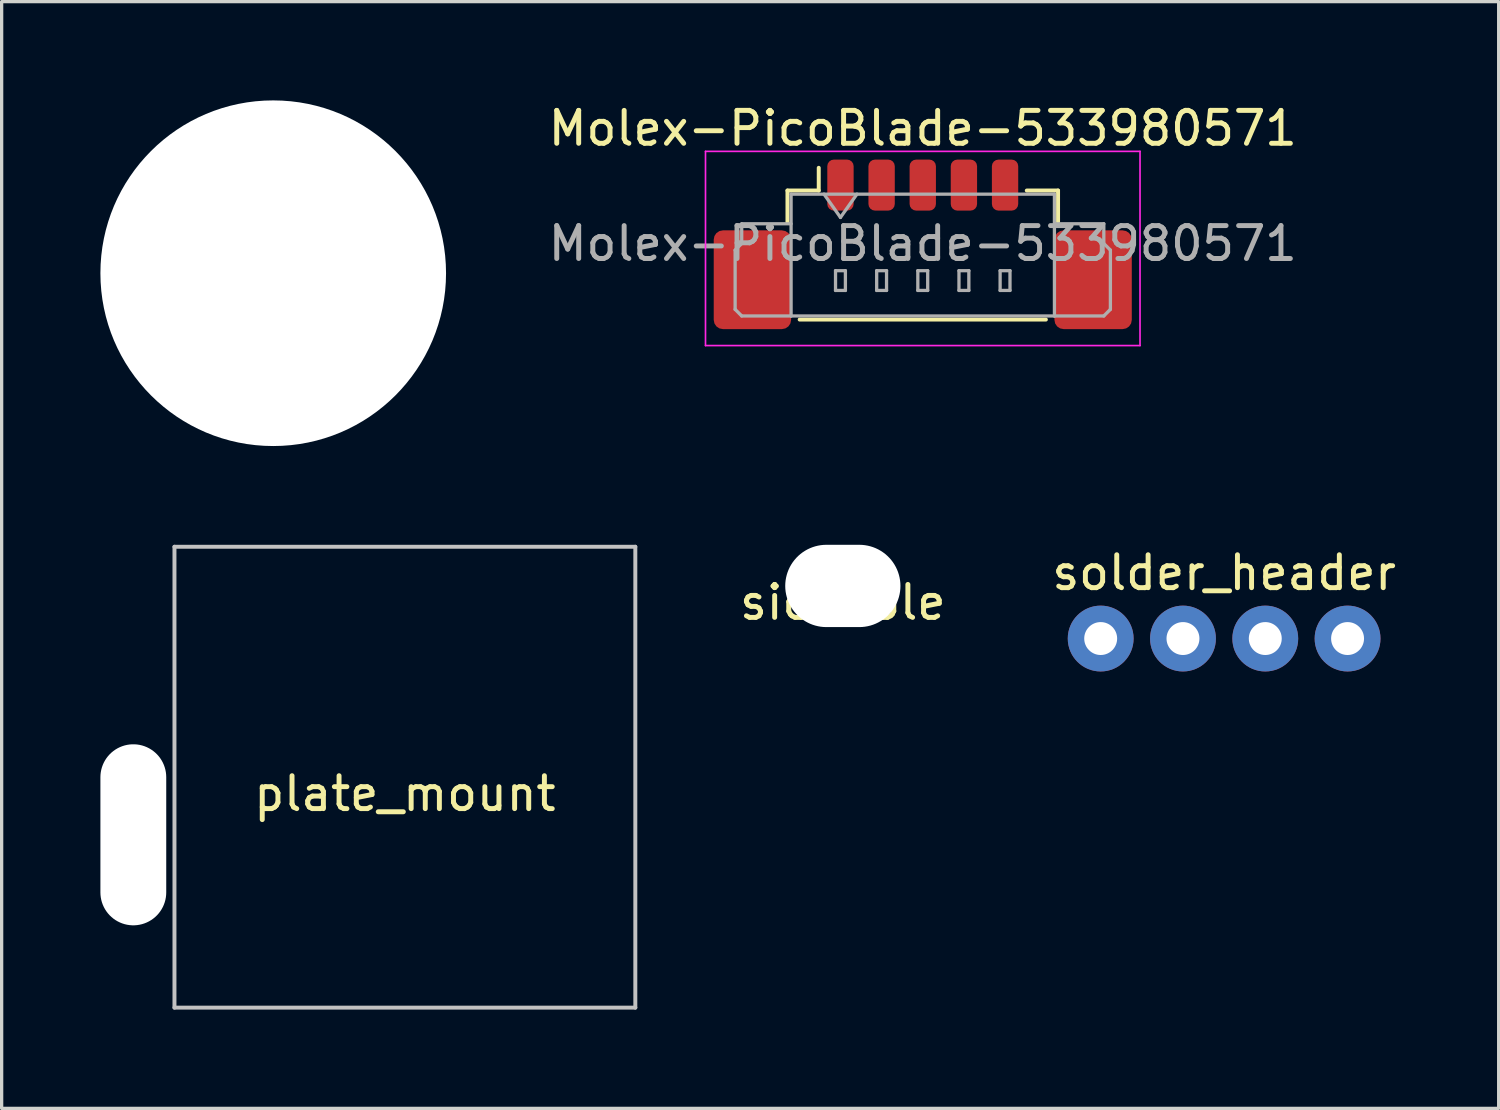
<source format=kicad_pcb>
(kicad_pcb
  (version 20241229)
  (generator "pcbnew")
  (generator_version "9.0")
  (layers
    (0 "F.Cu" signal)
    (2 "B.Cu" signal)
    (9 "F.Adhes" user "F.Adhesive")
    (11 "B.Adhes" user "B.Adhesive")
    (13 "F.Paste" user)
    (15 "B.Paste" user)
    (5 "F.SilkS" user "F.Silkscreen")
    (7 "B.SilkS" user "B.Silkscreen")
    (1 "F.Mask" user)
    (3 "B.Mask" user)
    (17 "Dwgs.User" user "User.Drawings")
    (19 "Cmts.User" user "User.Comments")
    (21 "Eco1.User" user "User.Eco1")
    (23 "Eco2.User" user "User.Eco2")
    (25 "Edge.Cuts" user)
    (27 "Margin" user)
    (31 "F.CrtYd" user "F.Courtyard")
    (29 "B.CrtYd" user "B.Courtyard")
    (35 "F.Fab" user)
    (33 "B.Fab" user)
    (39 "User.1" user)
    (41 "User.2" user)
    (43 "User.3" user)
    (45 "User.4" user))
  (footprint "Molex-PicoBlade-533980571"
    (layer "F.Cu")
    (at 24.982 3.948)
    (property "Reference" "Molex-PicoBlade-533980571" (at 0 -3.1 0) (layer "F.SilkS") (effects (font (size 1 1) (thickness 0.15))))
    (attr smd)
    (fp_line (start -4.11 -1.21) (end -3.16 -1.21) (stroke (width 0.12) (type solid)) (layer "F.SilkS"))
    (fp_line (start -4.11 -0.26) (end -4.11 -1.21) (stroke (width 0.12) (type solid)) (layer "F.SilkS"))
    (fp_line (start -3.74 2.71) (end 3.74 2.71) (stroke (width 0.12) (type solid)) (layer "F.SilkS"))
    (fp_line (start -3.16 -1.21) (end -3.16 -1.9) (stroke (width 0.12) (type solid)) (layer "F.SilkS"))
    (fp_line (start 4.11 -1.21) (end 3.16 -1.21) (stroke (width 0.12) (type solid)) (layer "F.SilkS"))
    (fp_line (start 4.11 -0.26) (end 4.11 -1.21) (stroke (width 0.12) (type solid)) (layer "F.SilkS"))
    (fp_line (start -6.6 -2.4) (end -6.6 3.5) (stroke (width 0.05) (type solid)) (layer "F.CrtYd"))
    (fp_line (start -6.6 3.5) (end 6.6 3.5) (stroke (width 0.05) (type solid)) (layer "F.CrtYd"))
    (fp_line (start 6.6 -2.4) (end -6.6 -2.4) (stroke (width 0.05) (type solid)) (layer "F.CrtYd"))
    (fp_line (start 6.6 3.5) (end 6.6 -2.4) (stroke (width 0.05) (type solid)) (layer "F.CrtYd"))
    (fp_line (start -5.7 0.6) (end -5.5 0.4) (stroke (width 0.1) (type solid)) (layer "F.Fab"))
    (fp_line (start -5.7 2.4) (end -5.7 0.6) (stroke (width 0.1) (type solid)) (layer "F.Fab"))
    (fp_line (start -5.5 -0.2) (end -4 -0.2) (stroke (width 0.1) (type solid)) (layer "F.Fab"))
    (fp_line (start -5.5 0.4) (end -5.5 -0.2) (stroke (width 0.1) (type solid)) (layer "F.Fab"))
    (fp_line (start -5.5 2.6) (end -5.7 2.4) (stroke (width 0.1) (type solid)) (layer "F.Fab"))
    (fp_line (start -4 -1.1) (end -4 2.6) (stroke (width 0.1) (type solid)) (layer "F.Fab"))
    (fp_line (start -4 -1.1) (end 4 -1.1) (stroke (width 0.1) (type solid)) (layer "F.Fab"))
    (fp_line (start -4 2.6) (end -5.5 2.6) (stroke (width 0.1) (type solid)) (layer "F.Fab"))
    (fp_line (start -4 2.6) (end 4 2.6) (stroke (width 0.1) (type solid)) (layer "F.Fab"))
    (fp_line (start -3 -1.1) (end -2.5 -0.393) (stroke (width 0.1) (type solid)) (layer "F.Fab"))
    (fp_line (start -2.65 1.225) (end -2.65 1.825) (stroke (width 0.1) (type solid)) (layer "F.Fab"))
    (fp_line (start -2.65 1.825) (end -2.35 1.825) (stroke (width 0.1) (type solid)) (layer "F.Fab"))
    (fp_line (start -2.5 -0.393) (end -2 -1.1) (stroke (width 0.1) (type solid)) (layer "F.Fab"))
    (fp_line (start -2.35 1.225) (end -2.65 1.225) (stroke (width 0.1) (type solid)) (layer "F.Fab"))
    (fp_line (start -2.35 1.825) (end -2.35 1.225) (stroke (width 0.1) (type solid)) (layer "F.Fab"))
    (fp_line (start -1.4 1.225) (end -1.4 1.825) (stroke (width 0.1) (type solid)) (layer "F.Fab"))
    (fp_line (start -1.4 1.825) (end -1.1 1.825) (stroke (width 0.1) (type solid)) (layer "F.Fab"))
    (fp_line (start -1.1 1.225) (end -1.4 1.225) (stroke (width 0.1) (type solid)) (layer "F.Fab"))
    (fp_line (start -1.1 1.825) (end -1.1 1.225) (stroke (width 0.1) (type solid)) (layer "F.Fab"))
    (fp_line (start -0.15 1.225) (end -0.15 1.825) (stroke (width 0.1) (type solid)) (layer "F.Fab"))
    (fp_line (start -0.15 1.825) (end 0.15 1.825) (stroke (width 0.1) (type solid)) (layer "F.Fab"))
    (fp_line (start 0.15 1.225) (end -0.15 1.225) (stroke (width 0.1) (type solid)) (layer "F.Fab"))
    (fp_line (start 0.15 1.825) (end 0.15 1.225) (stroke (width 0.1) (type solid)) (layer "F.Fab"))
    (fp_line (start 1.1 1.225) (end 1.1 1.825) (stroke (width 0.1) (type solid)) (layer "F.Fab"))
    (fp_line (start 1.1 1.825) (end 1.4 1.825) (stroke (width 0.1) (type solid)) (layer "F.Fab"))
    (fp_line (start 1.4 1.225) (end 1.1 1.225) (stroke (width 0.1) (type solid)) (layer "F.Fab"))
    (fp_line (start 1.4 1.825) (end 1.4 1.225) (stroke (width 0.1) (type solid)) (layer "F.Fab"))
    (fp_line (start 2.35 1.225) (end 2.35 1.825) (stroke (width 0.1) (type solid)) (layer "F.Fab"))
    (fp_line (start 2.35 1.825) (end 2.65 1.825) (stroke (width 0.1) (type solid)) (layer "F.Fab"))
    (fp_line (start 2.65 1.225) (end 2.35 1.225) (stroke (width 0.1) (type solid)) (layer "F.Fab"))
    (fp_line (start 2.65 1.825) (end 2.65 1.225) (stroke (width 0.1) (type solid)) (layer "F.Fab"))
    (fp_line (start 4 -1.1) (end 4 2.6) (stroke (width 0.1) (type solid)) (layer "F.Fab"))
    (fp_line (start 4 2.6) (end 5.5 2.6) (stroke (width 0.1) (type solid)) (layer "F.Fab"))
    (fp_line (start 5.5 -0.2) (end 4 -0.2) (stroke (width 0.1) (type solid)) (layer "F.Fab"))
    (fp_line (start 5.5 0.4) (end 5.5 -0.2) (stroke (width 0.1) (type solid)) (layer "F.Fab"))
    (fp_line (start 5.5 2.6) (end 5.7 2.4) (stroke (width 0.1) (type solid)) (layer "F.Fab"))
    (fp_line (start 5.7 0.6) (end 5.5 0.4) (stroke (width 0.1) (type solid)) (layer "F.Fab"))
    (fp_line (start 5.7 2.4) (end 5.7 0.6) (stroke (width 0.1) (type solid)) (layer "F.Fab"))
    (fp_text user "${REFERENCE}" (at 0 0.4 0) (layer "F.Fab") (effects (font (size 1 1) (thickness 0.15))))
    (pad "1" smd roundrect (at -2.5 -1.375) (size 0.8 1.55) (layers "F.Cu" "F.Mask" "F.Paste") (roundrect_rratio 0.25))
    (pad "2" smd roundrect (at -1.25 -1.375) (size 0.8 1.55) (layers "F.Cu" "F.Mask" "F.Paste") (roundrect_rratio 0.25))
    (pad "3" smd roundrect (at 0 -1.375) (size 0.8 1.55) (layers "F.Cu" "F.Mask" "F.Paste") (roundrect_rratio 0.25))
    (pad "4" smd roundrect (at 1.25 -1.375) (size 0.8 1.55) (layers "F.Cu" "F.Mask" "F.Paste") (roundrect_rratio 0.25))
    (pad "5" smd roundrect (at 2.5 -1.375) (size 0.8 1.55) (layers "F.Cu" "F.Mask" "F.Paste") (roundrect_rratio 0.25))
    (pad "MP" smd roundrect (at -5.175 1.5) (size 2.35 3) (layers "F.Cu" "F.Mask" "F.Paste") (roundrect_rratio 0.119))
    (pad "MP" smd roundrect (at 5.175 1.5) (size 2.35 3) (layers "F.Cu" "F.Mask" "F.Paste") (roundrect_rratio 0.119)))
  (footprint "sidehole"
    (layer "F.Cu")
    (at 22.554 14.75)
    (property "Reference" "sidehole" (at 0 0.5 0) (layer "F.SilkS") (effects (font (size 1 1) (thickness 0.15))))
    (attr through_hole)
    (pad "" np_thru_hole oval (at 0 0) (size 3.5 2.5) (drill oval 3.5 2.5) (layers "*.Cu" "*.Mask")))
  (footprint "10.5mm_hole"
    (layer "F.Cu")
    (at 5.25 5.25)
    (property "Reference" "10.5mm_hole" (at 0 0.5 0) (layer "F.SilkS") (effects (font (size 1 1) (thickness 0.15))))
    (attr through_hole)
    (pad "" np_thru_hole circle (at 0 0) (size 10.5 10.5) (drill 10.5) (layers "*.Cu" "*.Mask")))
  (footprint "plate_mount"
    (layer "F.Cu")
    (at 9.25 20.56)
    (property "Reference" "plate_mount" (at 0 0.5 0) (layer "F.SilkS") (effects (font (size 1 1) (thickness 0.15))))
    (attr through_hole)
    (fp_line (start -7 -7) (end -7 7) (stroke (width 0.12) (type solid)) (layer "Dwgs.User"))
    (fp_line (start -7 7) (end 7 7) (stroke (width 0.12) (type solid)) (layer "Dwgs.User"))
    (fp_line (start 7 -7) (end -7 -7) (stroke (width 0.12) (type solid)) (layer "Dwgs.User"))
    (fp_line (start 7 7) (end 7 -7) (stroke (width 0.12) (type solid)) (layer "Dwgs.User"))
    (pad "" np_thru_hole oval (at -8.25 1.75) (size 2 5.5) (drill oval 2 5.5) (layers "*.Cu" "*.Mask")))
  (footprint "solder_header"
    (layer "F.Cu")
    (at 34.137 16.348)
    (property "Reference" "solder_header" (at 0 -2 0) (unlocked yes) (layer "F.SilkS") (effects (font (size 1 1) (thickness 0.15))))
    (attr through_hole)
    (pad "1" thru_hole circle (at -3.75 0) (size 2 2) (drill 1) (layers "*.Cu" "*.Mask"))
    (pad "2" thru_hole circle (at -1.25 0) (size 2 2) (drill 1) (layers "*.Cu" "*.Mask"))
    (pad "3" thru_hole circle (at 1.25 0) (size 2 2) (drill 1) (layers "*.Cu" "*.Mask"))
    (pad "4" thru_hole circle (at 3.75 0) (size 2 2) (drill 1) (layers "*.Cu" "*.Mask")))
  (gr_rect
    (start -3 -3)
    (end 42.477 30.62)
    (stroke (width 0.1) (type default))
    (fill no)
    (layer "Edge.Cuts")))
</source>
